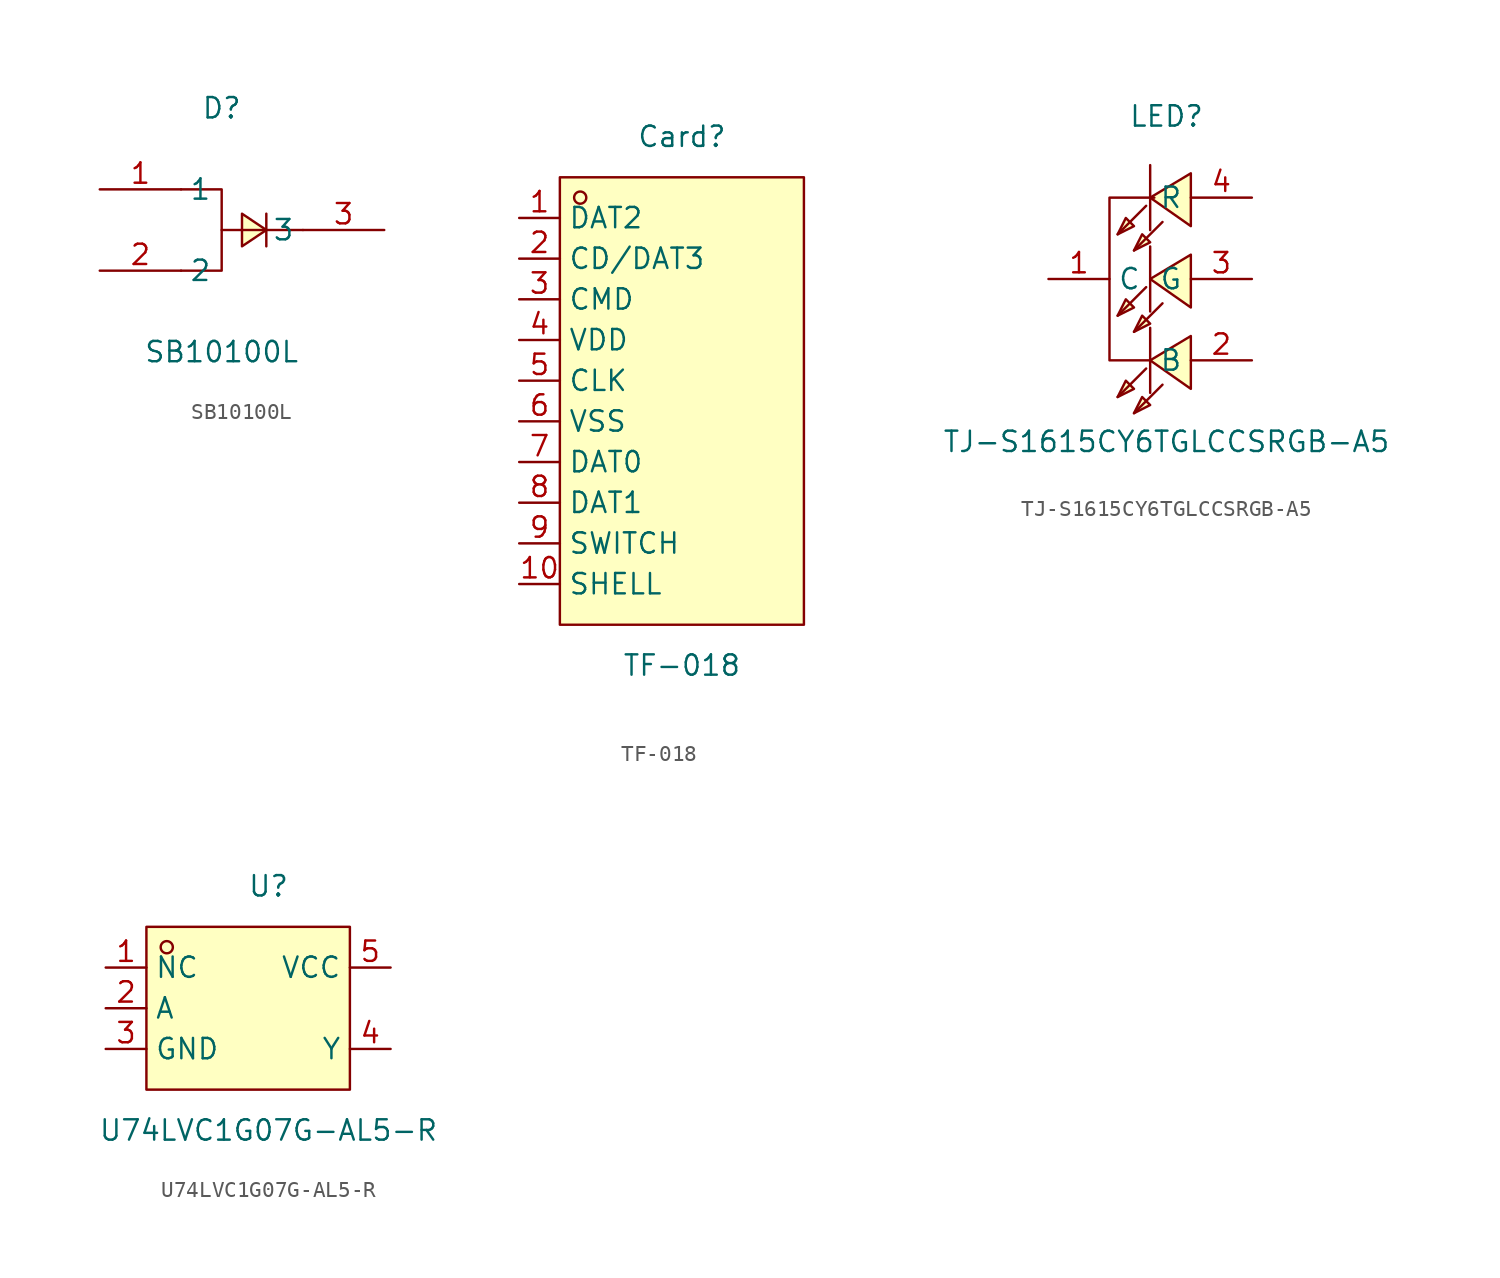
<source format=kicad_sym>
(kicad_symbol_lib
  (version 20211014)
  (generator https://github.com/uPesy/easyeda2kicad.py)
  (symbol "SB10100L"
    (property "Reference" "D"
      (at 0 7.62 0)
      (effects (font (size 1.27 1.27))))
    (property "Value" "SB10100L"
      (at 0 -7.62 0)
      (effects (font (size 1.27 1.27))))
    (symbol "SB10100L_0_1"
      (polyline (pts (xy 0.00 -0.00) (xy 5.08 -0.00)) (stroke (width 0) (type default) (color 0 0 0 0)) (fill (type none)))
      (polyline (pts (xy 1.27 1.02) (xy 1.27 -1.02) (xy 2.79 -0.00) (xy 1.27 1.02)) (stroke (width 0) (type default) (color 0 0 0 0)) (fill (type background)))
      (polyline (pts (xy 2.79 1.02) (xy 2.79 -1.02)) (stroke (width 0) (type default) (color 0 0 0 0)) (fill (type none)))
      (polyline (pts (xy -2.54 -2.54) (xy 0.00 -2.54) (xy 0.00 2.54) (xy -2.54 2.54)) (stroke (width 0) (type default) (color 0 0 0 0)) (fill (type none)))
      (pin unspecified line (at -7.62 2.54 0) (length 5.08) (name "1" (effects (font (size 1.27 1.27)))) (number "1" (effects (font (size 1.27 1.27)))))
      (pin unspecified line (at 10.16 -0.00 180) (length 5.08) (name "3" (effects (font (size 1.27 1.27)))) (number "3" (effects (font (size 1.27 1.27)))))
      (pin unspecified line (at -7.62 -2.54 0) (length 5.08) (name "2" (effects (font (size 1.27 1.27)))) (number "2" (effects (font (size 1.27 1.27)))))))
  (symbol "TF-018"
    (property "Reference" "Card"
      (at 0 16.51 0)
      (effects (font (size 1.27 1.27))))
    (property "Value" "TF-018"
      (at 0 -16.51 0)
      (effects (font (size 1.27 1.27))))
    (symbol "TF-018_0_1"
      (rectangle (start -7.62 13.97) (end 7.62 -13.97) (stroke (width 0) (type default) (color 0 0 0 0)) (fill (type background)))
      (circle (center -6.35 12.70) (radius 0.38) (stroke (width 0) (type default) (color 0 0 0 0)) (fill (type none)))
      (pin unspecified line (at -10.16 11.43 0) (length 2.54) (name "DAT2" (effects (font (size 1.27 1.27)))) (number "1" (effects (font (size 1.27 1.27)))))
      (pin unspecified line (at -10.16 8.89 0) (length 2.54) (name "CD/DAT3" (effects (font (size 1.27 1.27)))) (number "2" (effects (font (size 1.27 1.27)))))
      (pin unspecified line (at -10.16 6.35 0) (length 2.54) (name "CMD" (effects (font (size 1.27 1.27)))) (number "3" (effects (font (size 1.27 1.27)))))
      (pin unspecified line (at -10.16 3.81 0) (length 2.54) (name "VDD" (effects (font (size 1.27 1.27)))) (number "4" (effects (font (size 1.27 1.27)))))
      (pin unspecified line (at -10.16 1.27 0) (length 2.54) (name "CLK" (effects (font (size 1.27 1.27)))) (number "5" (effects (font (size 1.27 1.27)))))
      (pin unspecified line (at -10.16 -1.27 0) (length 2.54) (name "VSS" (effects (font (size 1.27 1.27)))) (number "6" (effects (font (size 1.27 1.27)))))
      (pin unspecified line (at -10.16 -3.81 0) (length 2.54) (name "DAT0" (effects (font (size 1.27 1.27)))) (number "7" (effects (font (size 1.27 1.27)))))
      (pin unspecified line (at -10.16 -6.35 0) (length 2.54) (name "DAT1" (effects (font (size 1.27 1.27)))) (number "8" (effects (font (size 1.27 1.27)))))
      (pin unspecified line (at -10.16 -8.89 0) (length 2.54) (name "SWITCH" (effects (font (size 1.27 1.27)))) (number "9" (effects (font (size 1.27 1.27)))))
      (pin unspecified line (at -10.16 -11.43 0) (length 2.54) (name "SHELL" (effects (font (size 1.27 1.27)))) (number "10" (effects (font (size 1.27 1.27)))))))
  (symbol "TJ-S1615CY6TGLCCSRGB-A5"
    (property "Reference" "LED"
      (at 0 10.16 0)
      (effects (font (size 1.27 1.27))))
    (property "Value" "TJ-S1615CY6TGLCCSRGB-A5"
      (at 0 -10.16 0)
      (effects (font (size 1.27 1.27))))
    (symbol "TJ-S1615CY6TGLCCSRGB-A5_0_1"
      (polyline (pts (xy -3.05 2.79) (xy -2.03 3.30) (xy -2.54 3.81) (xy -3.05 2.79)) (stroke (width 0) (type default) (color 0 0 0 0)) (fill (type background)))
      (polyline (pts (xy -2.03 1.78) (xy -1.02 2.29) (xy -1.52 2.79) (xy -2.03 1.78)) (stroke (width 0) (type default) (color 0 0 0 0)) (fill (type background)))
      (polyline (pts (xy 1.52 6.60) (xy -1.02 5.08) (xy 1.52 3.30) (xy 1.52 6.60)) (stroke (width 0) (type default) (color 0 0 0 0)) (fill (type background)))
      (polyline (pts (xy -3.05 -7.37) (xy -2.03 -6.86) (xy -2.54 -6.35) (xy -3.05 -7.37)) (stroke (width 0) (type default) (color 0 0 0 0)) (fill (type background)))
      (polyline (pts (xy -2.03 -8.38) (xy -1.02 -7.87) (xy -1.52 -7.37) (xy -2.03 -8.38)) (stroke (width 0) (type default) (color 0 0 0 0)) (fill (type background)))
      (polyline (pts (xy 1.52 -3.56) (xy -1.02 -5.08) (xy 1.52 -6.86) (xy 1.52 -3.56)) (stroke (width 0) (type default) (color 0 0 0 0)) (fill (type background)))
      (polyline (pts (xy 1.52 1.52) (xy -1.02 -0.00) (xy 1.52 -1.78) (xy 1.52 1.52)) (stroke (width 0) (type default) (color 0 0 0 0)) (fill (type background)))
      (polyline (pts (xy -2.03 -3.30) (xy -1.02 -2.79) (xy -1.52 -2.29) (xy -2.03 -3.30)) (stroke (width 0) (type default) (color 0 0 0 0)) (fill (type background)))
      (polyline (pts (xy -3.05 -2.29) (xy -2.03 -1.78) (xy -2.54 -1.27) (xy -3.05 -2.29)) (stroke (width 0) (type default) (color 0 0 0 0)) (fill (type background)))
      (polyline (pts (xy -1.02 -5.08) (xy -3.56 -5.08) (xy -3.56 5.08) (xy -0.76 5.08)) (stroke (width 0) (type default) (color 0 0 0 0)) (fill (type none)))
      (polyline (pts (xy -1.27 4.57) (xy -3.05 2.79)) (stroke (width 0) (type default) (color 0 0 0 0)) (fill (type none)))
      (polyline (pts (xy -0.25 3.56) (xy -2.03 1.78)) (stroke (width 0) (type default) (color 0 0 0 0)) (fill (type none)))
      (polyline (pts (xy -1.02 3.05) (xy -1.02 7.11)) (stroke (width 0) (type default) (color 0 0 0 0)) (fill (type none)))
      (polyline (pts (xy -1.27 -5.59) (xy -3.05 -7.37)) (stroke (width 0) (type default) (color 0 0 0 0)) (fill (type none)))
      (polyline (pts (xy -0.25 -6.60) (xy -2.03 -8.38)) (stroke (width 0) (type default) (color 0 0 0 0)) (fill (type none)))
      (polyline (pts (xy -1.02 -7.11) (xy -1.02 -3.05)) (stroke (width 0) (type default) (color 0 0 0 0)) (fill (type none)))
      (polyline (pts (xy -1.02 -2.03) (xy -1.02 2.03)) (stroke (width 0) (type default) (color 0 0 0 0)) (fill (type none)))
      (polyline (pts (xy -0.25 -1.52) (xy -2.03 -3.30)) (stroke (width 0) (type default) (color 0 0 0 0)) (fill (type none)))
      (polyline (pts (xy -1.27 -0.51) (xy -3.05 -2.29)) (stroke (width 0) (type default) (color 0 0 0 0)) (fill (type none)))
      (pin unspecified line (at 5.33 5.08 180) (length 3.81) (name "R" (effects (font (size 1.27 1.27)))) (number "4" (effects (font (size 1.27 1.27)))))
      (pin unspecified line (at 5.33 -5.08 180) (length 3.81) (name "B" (effects (font (size 1.27 1.27)))) (number "2" (effects (font (size 1.27 1.27)))))
      (pin unspecified line (at -7.37 -0.00 0) (length 3.81) (name "C" (effects (font (size 1.27 1.27)))) (number "1" (effects (font (size 1.27 1.27)))))
      (pin unspecified line (at 5.33 -0.00 180) (length 3.81) (name "G" (effects (font (size 1.27 1.27)))) (number "3" (effects (font (size 1.27 1.27)))))))
  (symbol "U74LVC1G07G-AL5-R"
    (property "Reference" "U"
      (at 0 7.62 0)
      (effects (font (size 1.27 1.27))))
    (property "Value" "U74LVC1G07G-AL5-R"
      (at 0 -7.62 0)
      (effects (font (size 1.27 1.27))))
    (symbol "U74LVC1G07G-AL5-R_0_1"
      (rectangle (start -7.62 5.08) (end 5.08 -5.08) (stroke (width 0) (type default) (color 0 0 0 0)) (fill (type background)))
      (circle (center -6.35 3.81) (radius 0.38) (stroke (width 0) (type default) (color 0 0 0 0)) (fill (type none)))
      (pin unspecified line (at 7.62 2.54 180) (length 2.54) (name "VCC" (effects (font (size 1.27 1.27)))) (number "5" (effects (font (size 1.27 1.27)))))
      (pin unspecified line (at 7.62 -2.54 180) (length 2.54) (name "Y" (effects (font (size 1.27 1.27)))) (number "4" (effects (font (size 1.27 1.27)))))
      (pin unspecified line (at -10.16 -2.54 0) (length 2.54) (name "GND" (effects (font (size 1.27 1.27)))) (number "3" (effects (font (size 1.27 1.27)))))
      (pin unspecified line (at -10.16 -0.00 0) (length 2.54) (name "A" (effects (font (size 1.27 1.27)))) (number "2" (effects (font (size 1.27 1.27)))))
      (pin unspecified line (at -10.16 2.54 0) (length 2.54) (name "NC" (effects (font (size 1.27 1.27)))) (number "1" (effects (font (size 1.27 1.27))))))))
</source>
